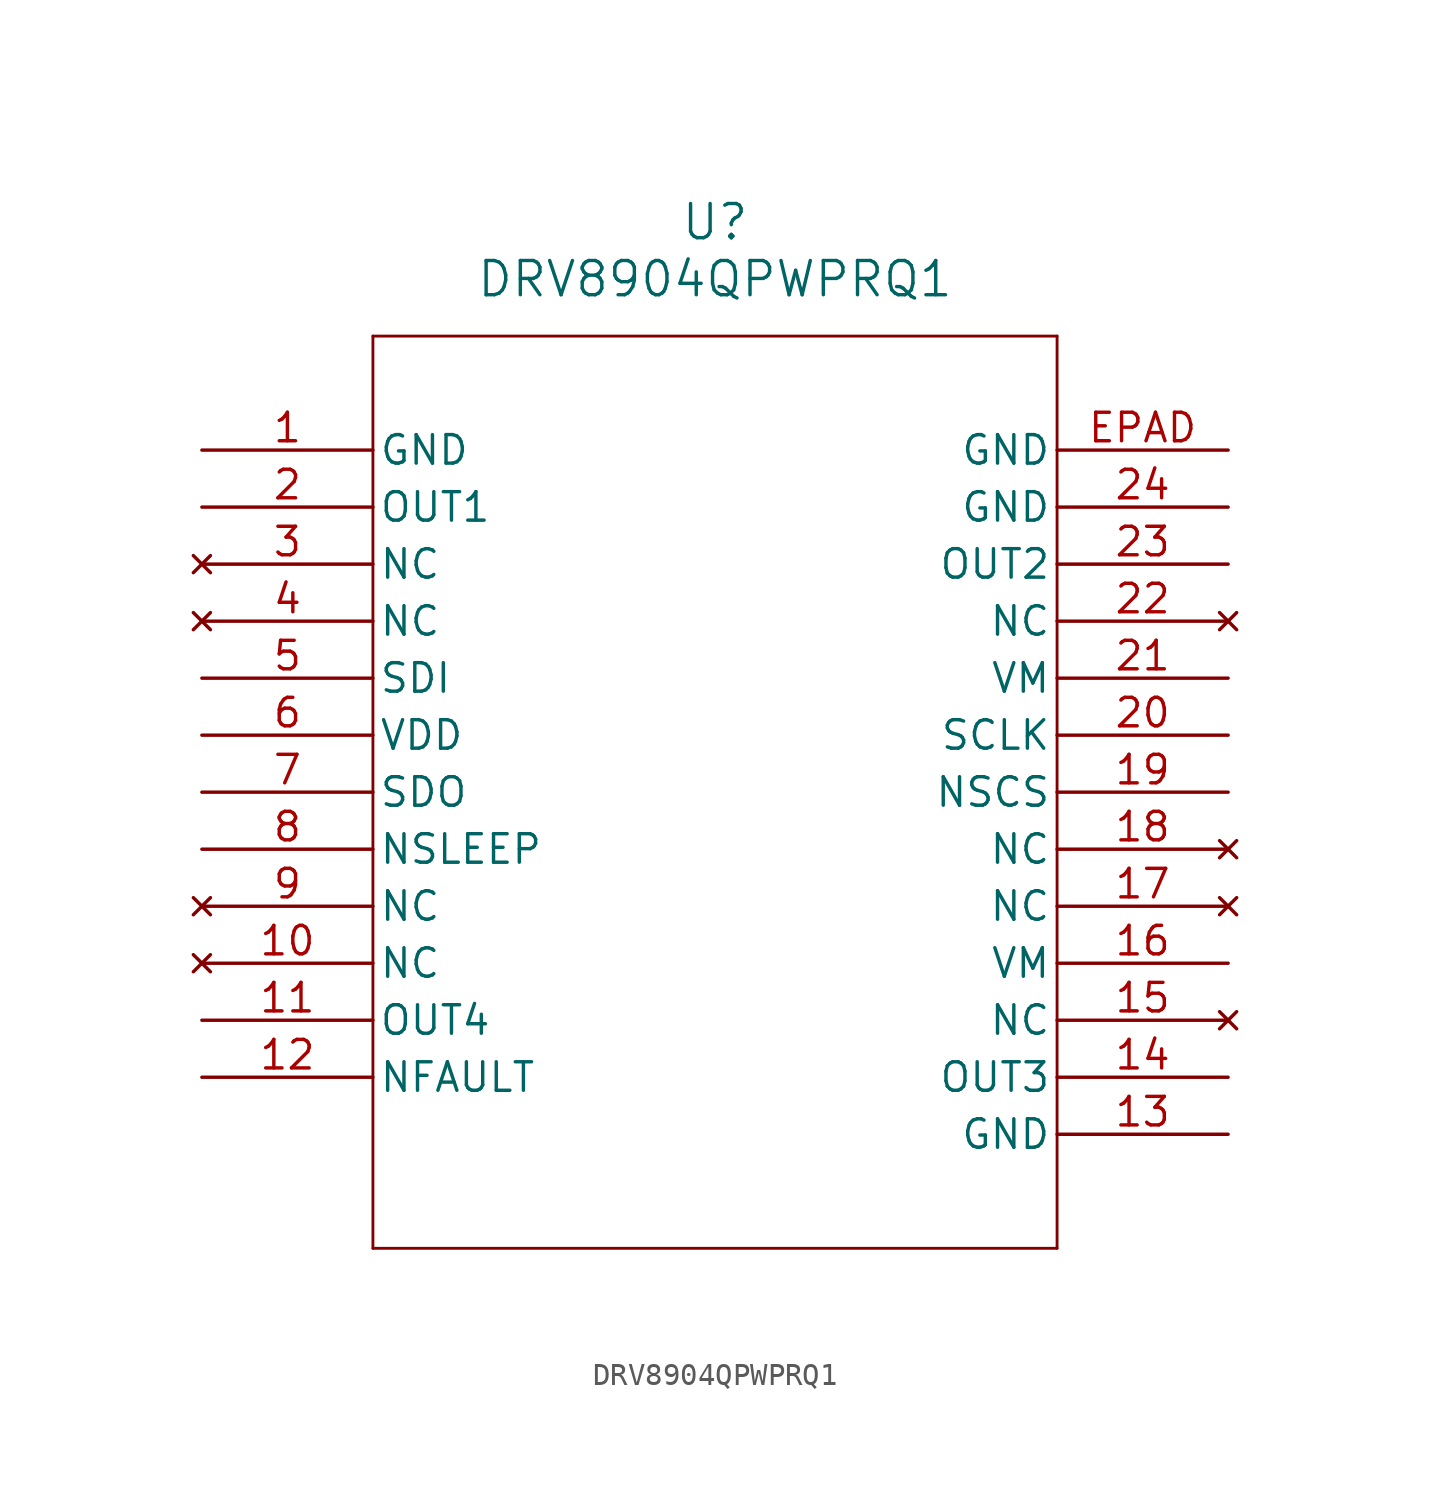
<source format=kicad_sym>
(kicad_symbol_lib
  (version 20211014)
  (generator kicad_symbol_editor)
  (symbol "DRV8904QPWPRQ1"
    (pin_names
      (offset 0.254))
    (property "Reference" "U"
      (at 22.86 10.16 0)
      (effects (font (size 1.524 1.524))))
    (property "Value" "DRV8904QPWPRQ1"
      (at 22.86 7.62 0)
      (effects (font (size 1.524 1.524))))
    (symbol "DRV8904QPWPRQ1_0_1"
      (polyline (pts (xy 7.62 5.08) (xy 7.62 -35.56)) (stroke (width 0.127) (type default) (color 0 0 0 0)) (fill (type none)))
      (polyline (pts (xy 7.62 -35.56) (xy 38.1 -35.56)) (stroke (width 0.127) (type default) (color 0 0 0 0)) (fill (type none)))
      (polyline (pts (xy 38.1 -35.56) (xy 38.1 5.08)) (stroke (width 0.127) (type default) (color 0 0 0 0)) (fill (type none)))
      (polyline (pts (xy 38.1 5.08) (xy 7.62 5.08)) (stroke (width 0.127) (type default) (color 0 0 0 0)) (fill (type none)))
      (pin power_out line (at 0 0 0) (length 7.62) (name "GND" (effects (font (size 1.27 1.27)))) (number "1" (effects (font (size 1.27 1.27)))))
      (pin output line (at 0 -2.54 0) (length 7.62) (name "OUT1" (effects (font (size 1.27 1.27)))) (number "2" (effects (font (size 1.27 1.27)))))
      (pin no_connect line (at 0 -5.08 0) (length 7.62) (name "NC" (effects (font (size 1.27 1.27)))) (number "3" (effects (font (size 1.27 1.27)))))
      (pin no_connect line (at 0 -7.62 0) (length 7.62) (name "NC" (effects (font (size 1.27 1.27)))) (number "4" (effects (font (size 1.27 1.27)))))
      (pin input line (at 0 -10.16 0) (length 7.62) (name "SDI" (effects (font (size 1.27 1.27)))) (number "5" (effects (font (size 1.27 1.27)))))
      (pin power_in line (at 0 -12.7 0) (length 7.62) (name "VDD" (effects (font (size 1.27 1.27)))) (number "6" (effects (font (size 1.27 1.27)))))
      (pin output line (at 0 -15.24 0) (length 7.62) (name "SDO" (effects (font (size 1.27 1.27)))) (number "7" (effects (font (size 1.27 1.27)))))
      (pin input line (at 0 -17.78 0) (length 7.62) (name "NSLEEP" (effects (font (size 1.27 1.27)))) (number "8" (effects (font (size 1.27 1.27)))))
      (pin no_connect line (at 0 -20.32 0) (length 7.62) (name "NC" (effects (font (size 1.27 1.27)))) (number "9" (effects (font (size 1.27 1.27)))))
      (pin no_connect line (at 0 -22.86 0) (length 7.62) (name "NC" (effects (font (size 1.27 1.27)))) (number "10" (effects (font (size 1.27 1.27)))))
      (pin output line (at 0 -25.4 0) (length 7.62) (name "OUT4" (effects (font (size 1.27 1.27)))) (number "11" (effects (font (size 1.27 1.27)))))
      (pin output line (at 0 -27.94 0) (length 7.62) (name "NFAULT" (effects (font (size 1.27 1.27)))) (number "12" (effects (font (size 1.27 1.27)))))
      (pin power_out line (at 45.72 -30.48 180) (length 7.62) (name "GND" (effects (font (size 1.27 1.27)))) (number "13" (effects (font (size 1.27 1.27)))))
      (pin output line (at 45.72 -27.94 180) (length 7.62) (name "OUT3" (effects (font (size 1.27 1.27)))) (number "14" (effects (font (size 1.27 1.27)))))
      (pin no_connect line (at 45.72 -25.4 180) (length 7.62) (name "NC" (effects (font (size 1.27 1.27)))) (number "15" (effects (font (size 1.27 1.27)))))
      (pin power_in line (at 45.72 -22.86 180) (length 7.62) (name "VM" (effects (font (size 1.27 1.27)))) (number "16" (effects (font (size 1.27 1.27)))))
      (pin no_connect line (at 45.72 -20.32 180) (length 7.62) (name "NC" (effects (font (size 1.27 1.27)))) (number "17" (effects (font (size 1.27 1.27)))))
      (pin no_connect line (at 45.72 -17.78 180) (length 7.62) (name "NC" (effects (font (size 1.27 1.27)))) (number "18" (effects (font (size 1.27 1.27)))))
      (pin input line (at 45.72 -15.24 180) (length 7.62) (name "NSCS" (effects (font (size 1.27 1.27)))) (number "19" (effects (font (size 1.27 1.27)))))
      (pin input line (at 45.72 -12.7 180) (length 7.62) (name "SCLK" (effects (font (size 1.27 1.27)))) (number "20" (effects (font (size 1.27 1.27)))))
      (pin power_in line (at 45.72 -10.16 180) (length 7.62) (name "VM" (effects (font (size 1.27 1.27)))) (number "21" (effects (font (size 1.27 1.27)))))
      (pin no_connect line (at 45.72 -7.62 180) (length 7.62) (name "NC" (effects (font (size 1.27 1.27)))) (number "22" (effects (font (size 1.27 1.27)))))
      (pin output line (at 45.72 -5.08 180) (length 7.62) (name "OUT2" (effects (font (size 1.27 1.27)))) (number "23" (effects (font (size 1.27 1.27)))))
      (pin power_out line (at 45.72 -2.54 180) (length 7.62) (name "GND" (effects (font (size 1.27 1.27)))) (number "24" (effects (font (size 1.27 1.27)))))
      (pin power_out line (at 45.72 0 180) (length 7.62) (name "GND" (effects (font (size 1.27 1.27)))) (number "EPAD" (effects (font (size 1.27 1.27))))))))
</source>
